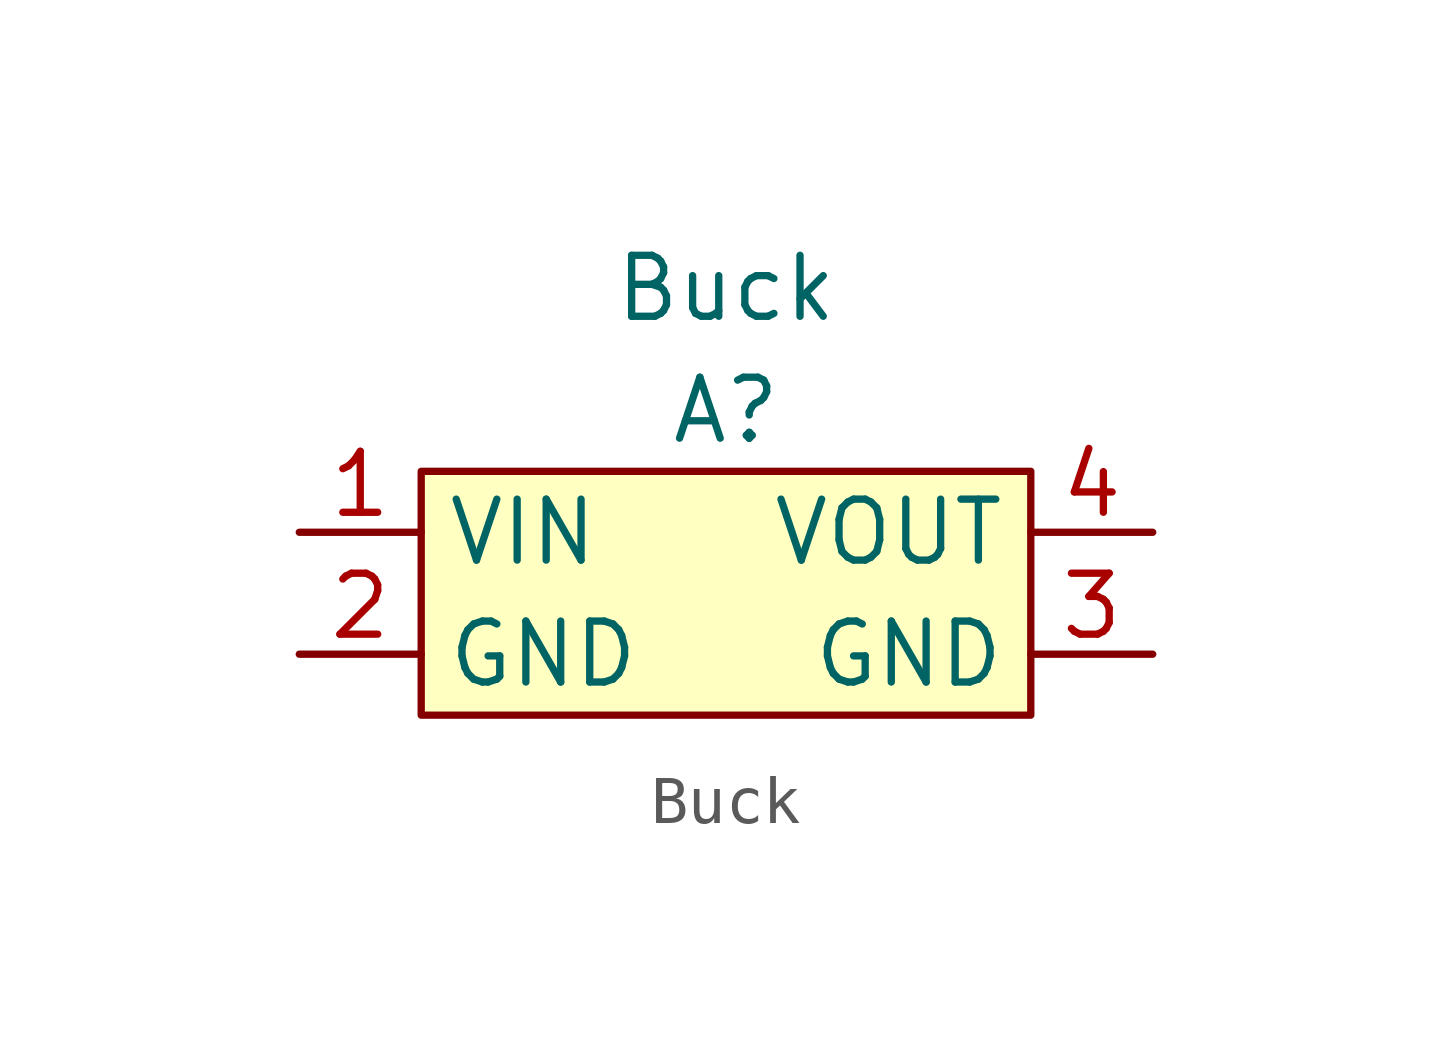
<source format=kicad_sym>
(kicad_symbol_lib
  (version 20220914)
  (generator kicad_symbol_editor)
  (symbol "Buck"
    (property "Reference" "A"
      (at 0 1.27 0)
      (effects (font (size 1.27 1.27))))
    (property "Value" "Buck"
      (at 0 3.81 0)
      (effects (font (size 1.27 1.27))))
    (symbol "Buck_0_1"
      (rectangle (start -6.35 0) (end 6.35 -5.08) (stroke (width 0) (type default)) (fill (type background))))
    (symbol "Buck_1_1"
      (pin input line (at -8.89 -1.27 0) (length 2.54) (name "VIN" (effects (font (size 1.27 1.27)))) (number "1" (effects (font (size 1.27 1.27)))))
      (pin input line (at -8.89 -3.81 0) (length 2.54) (name "GND" (effects (font (size 1.27 1.27)))) (number "2" (effects (font (size 1.27 1.27)))))
      (pin input line (at 8.89 -3.81 180) (length 2.54) (name "GND" (effects (font (size 1.27 1.27)))) (number "3" (effects (font (size 1.27 1.27)))))
      (pin input line (at 8.89 -1.27 180) (length 2.54) (name "VOUT" (effects (font (size 1.27 1.27)))) (number "4" (effects (font (size 1.27 1.27))))))))
</source>
